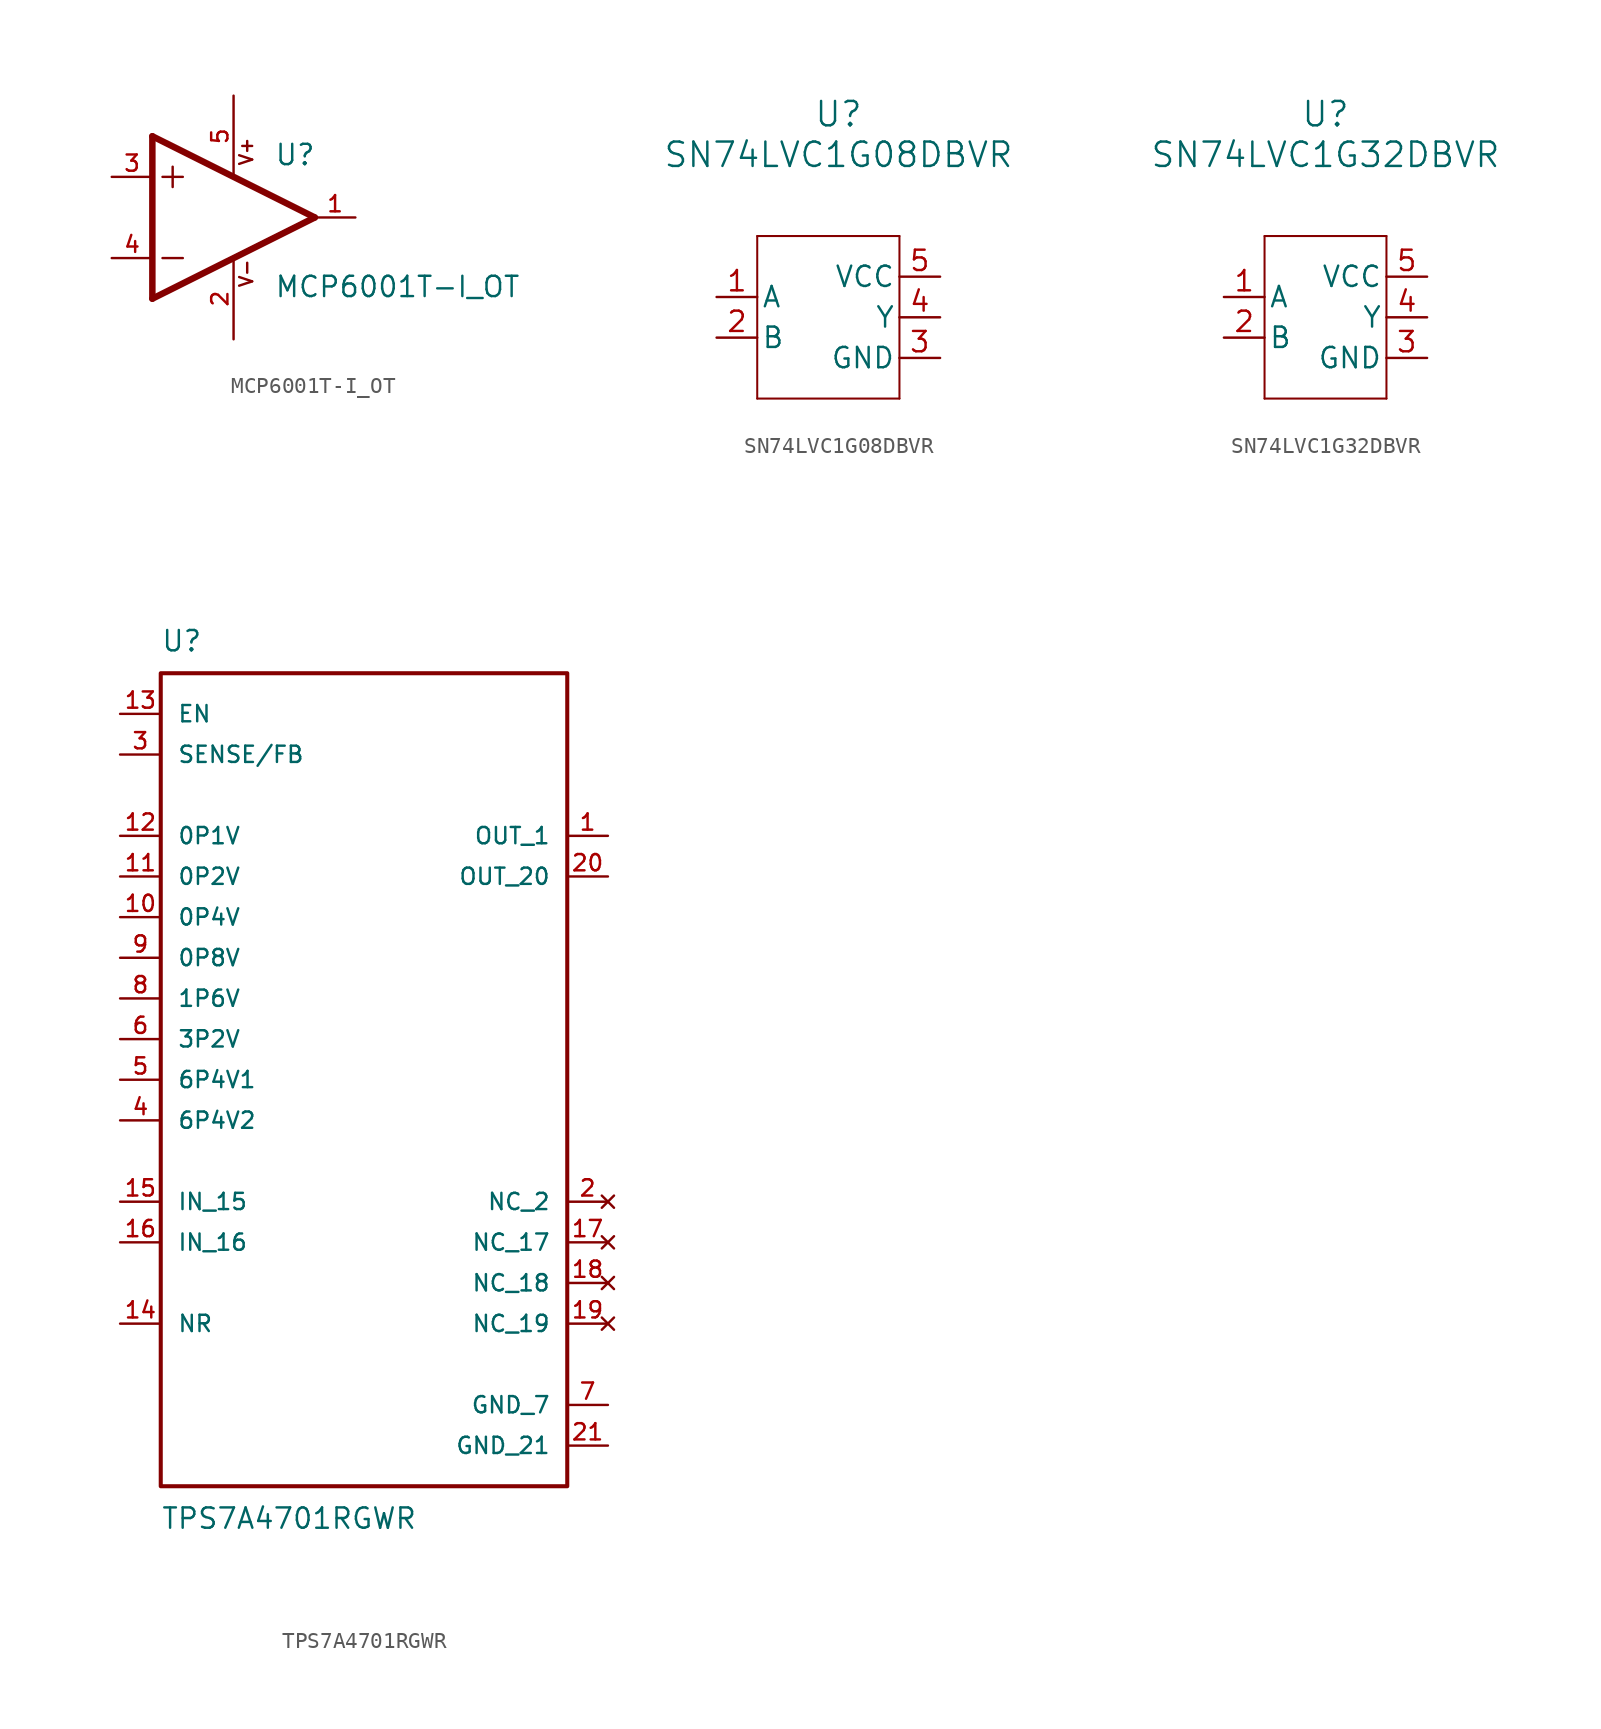
<source format=kicad_sym>
(kicad_symbol_lib
  (version 20211014)
  (generator kicad_symbol_editor)
  (symbol "MCP6001T-I_OT"
    (pin_names
      (offset 1.016))
    (property "Reference" "U"
      (at 2.54 3.175 0)
      (effects (font (size 1.27 1.27)) (justify left bottom)))
    (property "Value" "MCP6001T-I_OT"
      (at 2.54 -5.08 0)
      (effects (font (size 1.27 1.27)) (justify left bottom)))
    (symbol "MCP6001T-I_OT_0_0"
      (polyline (pts (xy -5.08 -5.08) (xy 5.08 0)) (stroke (width 0.406) (type default) (color 0 0 0 0)) (fill (type none)))
      (polyline (pts (xy -5.08 5.08) (xy -5.08 -5.08)) (stroke (width 0.406) (type default) (color 0 0 0 0)) (fill (type none)))
      (polyline (pts (xy -4.445 -2.54) (xy -3.175 -2.54)) (stroke (width 0.152) (type default) (color 0 0 0 0)) (fill (type none)))
      (polyline (pts (xy -4.445 2.54) (xy -3.175 2.54)) (stroke (width 0.152) (type default) (color 0 0 0 0)) (fill (type none)))
      (polyline (pts (xy -3.81 3.175) (xy -3.81 1.905)) (stroke (width 0.152) (type default) (color 0 0 0 0)) (fill (type none)))
      (polyline (pts (xy 5.08 0) (xy -5.08 5.08)) (stroke (width 0.406) (type default) (color 0 0 0 0)) (fill (type none)))
      (text "V+" (at 1.27 3.175 900) (effects (font (size 0.813 0.813)) (justify left bottom)))
      (text "V-" (at 1.27 -4.445 900) (effects (font (size 0.813 0.813)) (justify left bottom)))
      (pin output line (at 7.62 0 180) (length 2.54) (name "~" (effects (font (size 1.016 1.016)))) (number "1" (effects (font (size 1.016 1.016)))))
      (pin bidirectional line (at 0 -7.62 90) (length 5.08) (name "~" (effects (font (size 1.016 1.016)))) (number "2" (effects (font (size 1.016 1.016)))))
      (pin input line (at -7.62 2.54 0) (length 2.54) (name "~" (effects (font (size 1.016 1.016)))) (number "3" (effects (font (size 1.016 1.016)))))
      (pin input line (at -7.62 -2.54 0) (length 2.54) (name "~" (effects (font (size 1.016 1.016)))) (number "4" (effects (font (size 1.016 1.016)))))
      (pin bidirectional line (at 0 7.62 270) (length 5.08) (name "~" (effects (font (size 1.016 1.016)))) (number "5" (effects (font (size 1.016 1.016)))))))
  (symbol "SN74LVC1G08DBVR"
    (pin_names
      (offset 0.254))
    (property "Reference" "U"
      (at 25.4 10.16 0)
      (effects (font (size 1.524 1.524))))
    (property "Value" "SN74LVC1G08DBVR"
      (at 25.4 7.62 0)
      (effects (font (size 1.524 1.524))))
    (symbol "SN74LVC1G08DBVR_0_1"
      (polyline (pts (xy 20.32 -7.62) (xy 29.21 -7.62)) (stroke (width 0.127) (type default) (color 0 0 0 0)) (fill (type none)))
      (polyline (pts (xy 20.32 2.54) (xy 20.32 -7.62)) (stroke (width 0.127) (type default) (color 0 0 0 0)) (fill (type none)))
      (polyline (pts (xy 29.21 -7.62) (xy 29.21 2.54)) (stroke (width 0.127) (type default) (color 0 0 0 0)) (fill (type none)))
      (polyline (pts (xy 29.21 2.54) (xy 20.32 2.54)) (stroke (width 0.127) (type default) (color 0 0 0 0)) (fill (type none)))
      (pin input line (at 17.78 -1.27 0) (length 2.54) (name "A" (effects (font (size 1.27 1.27)))) (number "1" (effects (font (size 1.27 1.27)))))
      (pin input line (at 17.78 -3.81 0) (length 2.54) (name "B" (effects (font (size 1.27 1.27)))) (number "2" (effects (font (size 1.27 1.27)))))
      (pin power_in line (at 31.75 -5.08 180) (length 2.54) (name "GND" (effects (font (size 1.27 1.27)))) (number "3" (effects (font (size 1.27 1.27)))))
      (pin output line (at 31.75 -2.54 180) (length 2.54) (name "Y" (effects (font (size 1.27 1.27)))) (number "4" (effects (font (size 1.27 1.27)))))
      (pin power_in line (at 31.75 0 180) (length 2.54) (name "VCC" (effects (font (size 1.27 1.27)))) (number "5" (effects (font (size 1.27 1.27)))))))
  (symbol "SN74LVC1G32DBVR"
    (pin_names
      (offset 0.254))
    (property "Reference" "U"
      (at 25.4 10.16 0)
      (effects (font (size 1.524 1.524))))
    (property "Value" "SN74LVC1G32DBVR"
      (at 25.4 7.62 0)
      (effects (font (size 1.524 1.524))))
    (symbol "SN74LVC1G32DBVR_0_1"
      (polyline (pts (xy 21.59 -7.62) (xy 29.21 -7.62)) (stroke (width 0.127) (type default) (color 0 0 0 0)) (fill (type none)))
      (polyline (pts (xy 21.59 2.54) (xy 21.59 -7.62)) (stroke (width 0.127) (type default) (color 0 0 0 0)) (fill (type none)))
      (polyline (pts (xy 29.21 -7.62) (xy 29.21 2.54)) (stroke (width 0.127) (type default) (color 0 0 0 0)) (fill (type none)))
      (polyline (pts (xy 29.21 2.54) (xy 21.59 2.54)) (stroke (width 0.127) (type default) (color 0 0 0 0)) (fill (type none)))
      (pin input line (at 19.05 -1.27 0) (length 2.54) (name "A" (effects (font (size 1.27 1.27)))) (number "1" (effects (font (size 1.27 1.27)))))
      (pin input line (at 19.05 -3.81 0) (length 2.54) (name "B" (effects (font (size 1.27 1.27)))) (number "2" (effects (font (size 1.27 1.27)))))
      (pin power_in line (at 31.75 -5.08 180) (length 2.54) (name "GND" (effects (font (size 1.27 1.27)))) (number "3" (effects (font (size 1.27 1.27)))))
      (pin output line (at 31.75 -2.54 180) (length 2.54) (name "Y" (effects (font (size 1.27 1.27)))) (number "4" (effects (font (size 1.27 1.27)))))
      (pin power_in line (at 31.75 0 180) (length 2.54) (name "VCC" (effects (font (size 1.27 1.27)))) (number "5" (effects (font (size 1.27 1.27)))))))
  (symbol "TPS7A4701RGWR"
    (pin_names
      (offset 1.016))
    (property "Reference" "U"
      (at -12.7 26.67 0)
      (effects (font (size 1.27 1.27)) (justify left bottom)))
    (property "Value" "TPS7A4701RGWR"
      (at -12.7 -26.67 0)
      (effects (font (size 1.27 1.27)) (justify left top)))
    (symbol "TPS7A4701RGWR_0_0"
      (rectangle (start -12.7 -25.4) (end 12.7 25.4) (stroke (width 0.254) (type default) (color 0 0 0 0)) (fill (type none)))
      (pin bidirectional line (at 15.24 15.24 180) (length 2.54) (name "OUT_1" (effects (font (size 1.016 1.016)))) (number "1" (effects (font (size 1.016 1.016)))))
      (pin input line (at -15.24 10.16 0) (length 2.54) (name "0P4V" (effects (font (size 1.016 1.016)))) (number "10" (effects (font (size 1.016 1.016)))))
      (pin input line (at -15.24 12.7 0) (length 2.54) (name "0P2V" (effects (font (size 1.016 1.016)))) (number "11" (effects (font (size 1.016 1.016)))))
      (pin input line (at -15.24 15.24 0) (length 2.54) (name "0P1V" (effects (font (size 1.016 1.016)))) (number "12" (effects (font (size 1.016 1.016)))))
      (pin input line (at -15.24 22.86 0) (length 2.54) (name "EN" (effects (font (size 1.016 1.016)))) (number "13" (effects (font (size 1.016 1.016)))))
      (pin passive line (at -15.24 -15.24 0) (length 2.54) (name "NR" (effects (font (size 1.016 1.016)))) (number "14" (effects (font (size 1.016 1.016)))))
      (pin input line (at -15.24 -7.62 0) (length 2.54) (name "IN_15" (effects (font (size 1.016 1.016)))) (number "15" (effects (font (size 1.016 1.016)))))
      (pin input line (at -15.24 -10.16 0) (length 2.54) (name "IN_16" (effects (font (size 1.016 1.016)))) (number "16" (effects (font (size 1.016 1.016)))))
      (pin no_connect line (at 15.24 -10.16 180) (length 2.54) (name "NC_17" (effects (font (size 1.016 1.016)))) (number "17" (effects (font (size 1.016 1.016)))))
      (pin no_connect line (at 15.24 -12.7 180) (length 2.54) (name "NC_18" (effects (font (size 1.016 1.016)))) (number "18" (effects (font (size 1.016 1.016)))))
      (pin no_connect line (at 15.24 -15.24 180) (length 2.54) (name "NC_19" (effects (font (size 1.016 1.016)))) (number "19" (effects (font (size 1.016 1.016)))))
      (pin no_connect line (at 15.24 -7.62 180) (length 2.54) (name "NC_2" (effects (font (size 1.016 1.016)))) (number "2" (effects (font (size 1.016 1.016)))))
      (pin output line (at 15.24 12.7 180) (length 2.54) (name "OUT_20" (effects (font (size 1.016 1.016)))) (number "20" (effects (font (size 1.016 1.016)))))
      (pin bidirectional line (at 15.24 -22.86 180) (length 2.54) (name "GND_21" (effects (font (size 1.016 1.016)))) (number "21" (effects (font (size 1.016 1.016)))))
      (pin bidirectional line (at -15.24 20.32 0) (length 2.54) (name "SENSE/FB" (effects (font (size 1.016 1.016)))) (number "3" (effects (font (size 1.016 1.016)))))
      (pin input line (at -15.24 -2.54 0) (length 2.54) (name "6P4V2" (effects (font (size 1.016 1.016)))) (number "4" (effects (font (size 1.016 1.016)))))
      (pin input line (at -15.24 0 0) (length 2.54) (name "6P4V1" (effects (font (size 1.016 1.016)))) (number "5" (effects (font (size 1.016 1.016)))))
      (pin input line (at -15.24 2.54 0) (length 2.54) (name "3P2V" (effects (font (size 1.016 1.016)))) (number "6" (effects (font (size 1.016 1.016)))))
      (pin bidirectional line (at 15.24 -20.32 180) (length 2.54) (name "GND_7" (effects (font (size 1.016 1.016)))) (number "7" (effects (font (size 1.016 1.016)))))
      (pin input line (at -15.24 5.08 0) (length 2.54) (name "1P6V" (effects (font (size 1.016 1.016)))) (number "8" (effects (font (size 1.016 1.016)))))
      (pin input line (at -15.24 7.62 0) (length 2.54) (name "0P8V" (effects (font (size 1.016 1.016)))) (number "9" (effects (font (size 1.016 1.016))))))))
</source>
